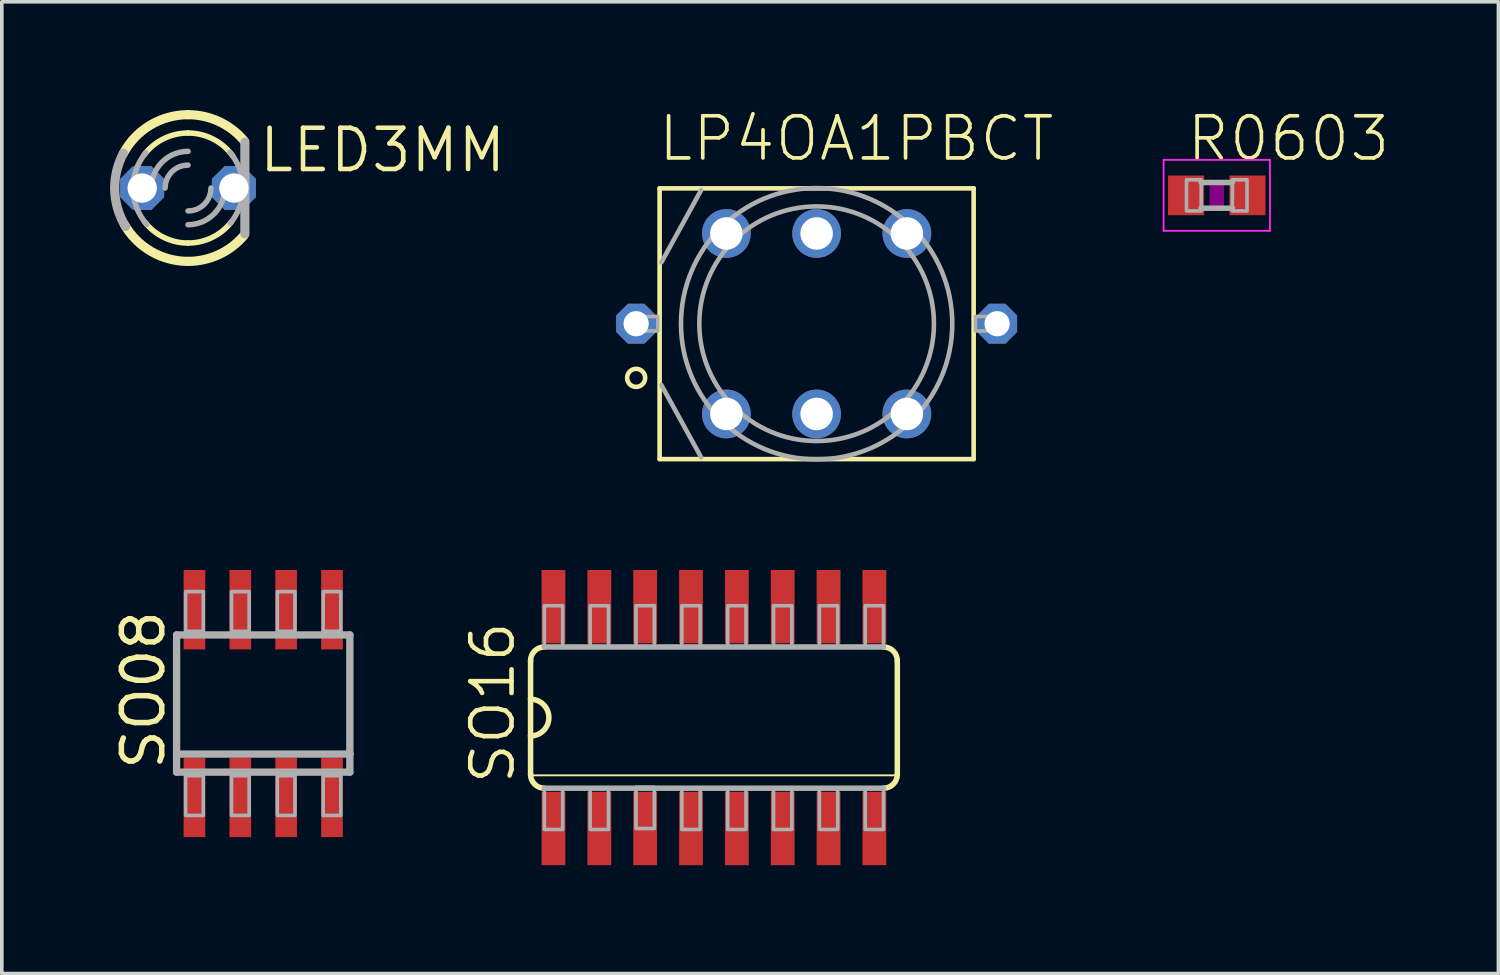
<source format=kicad_pcb>
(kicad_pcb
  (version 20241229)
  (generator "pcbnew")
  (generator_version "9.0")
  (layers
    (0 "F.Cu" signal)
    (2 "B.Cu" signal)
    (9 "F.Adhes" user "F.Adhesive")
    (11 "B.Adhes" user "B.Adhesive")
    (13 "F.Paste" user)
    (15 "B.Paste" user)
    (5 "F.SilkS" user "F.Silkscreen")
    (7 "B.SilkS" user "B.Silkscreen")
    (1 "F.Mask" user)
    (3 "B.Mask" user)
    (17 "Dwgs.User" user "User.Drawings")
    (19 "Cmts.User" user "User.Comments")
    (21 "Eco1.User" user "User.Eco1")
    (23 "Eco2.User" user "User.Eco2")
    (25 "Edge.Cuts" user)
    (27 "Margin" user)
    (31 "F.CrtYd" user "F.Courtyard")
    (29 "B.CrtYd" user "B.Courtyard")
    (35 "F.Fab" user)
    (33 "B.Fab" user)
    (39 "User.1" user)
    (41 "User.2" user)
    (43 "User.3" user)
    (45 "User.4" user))
  (footprint "LED3MM"
    (layer "F.Cu")
    (at 2.159 2.159)
    (property "Reference" "LED3MM" (at 1.905 -0.381 0) (layer "F.SilkS") (effects (font (size 1.143 1.143) (thickness 0.127)) (justify left bottom)))
    (fp_arc (start -1.7929 -0.9562) (mid -1.045438 -1.7424) (end 0 -2.032) (stroke (width 0.254) (type solid)) (layer "F.SilkS"))
    (fp_arc (start -1.2192 -0.9144) (mid -0.681554 -1.363107) (end 0 -1.524) (stroke (width 0.1524) (type solid)) (layer "F.SilkS"))
    (fp_arc (start 0 -2.032) (mid 0.861864 -1.840173) (end 1.561 -1.3009) (stroke (width 0.254) (type solid)) (layer "F.SilkS"))
    (fp_arc (start 0 -1.524) (mid 0.697339 -1.355082) (end 1.2401 -0.885801) (stroke (width 0.1524) (type solid)) (layer "F.SilkS"))
    (fp_arc (start 0 1.524) (mid -0.669593 1.369018) (end -1.203 0.9356) (stroke (width 0.1524) (type solid)) (layer "F.SilkS"))
    (fp_arc (start 0 2.032) (mid -1.019924 1.757525) (end -1.7643 1.0082) (stroke (width 0.254) (type solid)) (layer "F.SilkS"))
    (fp_arc (start 1.203 0.9356) (mid 0.669593 1.369018) (end 0 1.524) (stroke (width 0.1524) (type solid)) (layer "F.SilkS"))
    (fp_arc (start 1.5512 1.3126) (mid 0.854953 1.843405) (end 0 2.032) (stroke (width 0.254) (type solid)) (layer "F.SilkS"))
    (fp_line (start 1.575 1.27) (end 1.575 -1.27) (stroke (width 0.254) (type solid)) (layer "F.Fab"))
    (fp_arc (start -2.032 0) (mid -1.970339 -0.496775) (end -1.7891 -0.9634) (stroke (width 0.254) (type solid)) (layer "F.Fab"))
    (fp_arc (start -1.7306 1.065) (mid -1.95521 0.553417) (end -2.032 0) (stroke (width 0.254) (type solid)) (layer "F.Fab"))
    (fp_arc (start -1.524 0) (mid -1.432981 -0.518783) (end -1.1708 -0.9756) (stroke (width 0.1524) (type solid)) (layer "F.Fab"))
    (fp_arc (start -1.1391 1.0125) (mid -1.42454 0.5416) (end -1.524 0) (stroke (width 0.1524) (type solid)) (layer "F.Fab"))
    (fp_arc (start -1.016 0) (mid -0.71842 -0.71842) (end 0 -1.016) (stroke (width 0.1524) (type solid)) (layer "F.Fab"))
    (fp_arc (start -0.635 0) (mid -0.449013 -0.449013) (end 0 -0.635) (stroke (width 0.1524) (type solid)) (layer "F.Fab"))
    (fp_arc (start 0.635 0) (mid 0.449013 0.449013) (end 0 0.635) (stroke (width 0.1524) (type solid)) (layer "F.Fab"))
    (fp_arc (start 1.016 0) (mid 0.71842 0.71842) (end 0 1.016) (stroke (width 0.1524) (type solid)) (layer "F.Fab"))
    (fp_arc (start 1.1571 -0.9918) (mid 1.429332 -0.528744) (end 1.524 0) (stroke (width 0.1524) (type solid)) (layer "F.Fab"))
    (fp_arc (start 1.524 0) (mid 1.432981 0.518783) (end 1.1708 0.9756) (stroke (width 0.1524) (type solid)) (layer "F.Fab"))
    (pad "A" thru_hole roundrect (at -1.27 0) (size 1.219 1.219) (drill 0.813) (layers "*.Cu" "*.Mask") (roundrect_rratio 0.25) (chamfer_ratio 0.293) (chamfer top_left top_right bottom_left bottom_right))
    (pad "K" thru_hole roundrect (at 1.27 0) (size 1.219 1.219) (drill 0.813) (layers "*.Cu" "*.Mask") (roundrect_rratio 0.25) (chamfer_ratio 0.293) (chamfer top_left top_right bottom_left bottom_right)))
  (footprint "SO16"
    (layer "F.Cu")
    (at 16.728 16.829)
    (property "Reference" "SO16" (at -5.461 1.905 90) (layer "F.SilkS") (effects (font (size 1.143 1.143) (thickness 0.127)) (justify left bottom)))
    (fp_line (start -5.08 -1.575) (end -5.08 -0.508) (stroke (width 0.152) (type solid)) (layer "F.SilkS"))
    (fp_line (start -5.08 -0.508) (end -5.08 0.508) (stroke (width 0.152) (type solid)) (layer "F.SilkS"))
    (fp_line (start -5.08 0.508) (end -5.08 1.575) (stroke (width 0.152) (type solid)) (layer "F.SilkS"))
    (fp_line (start -5.08 1.6) (end 5.08 1.6) (stroke (width 0.051) (type solid)) (layer "F.SilkS"))
    (fp_line (start 5.08 1.575) (end 5.08 -1.575) (stroke (width 0.152) (type solid)) (layer "F.SilkS"))
    (fp_arc (start -5.08 -1.5748) (mid -4.968408 -1.844208) (end -4.699 -1.9558) (stroke (width 0.1524) (type solid)) (layer "F.SilkS"))
    (fp_arc (start -5.08 -0.508) (mid -4.572 0) (end -5.08 0.508) (stroke (width 0.1524) (type solid)) (layer "F.SilkS"))
    (fp_arc (start -4.699 1.9558) (mid -4.968408 1.844208) (end -5.08 1.5748) (stroke (width 0.1524) (type solid)) (layer "F.SilkS"))
    (fp_arc (start 4.699 -1.9558) (mid 4.968408 -1.844208) (end 5.08 -1.5748) (stroke (width 0.1524) (type solid)) (layer "F.SilkS"))
    (fp_arc (start 5.08 1.5748) (mid 4.968408 1.844208) (end 4.699 1.9558) (stroke (width 0.1524) (type solid)) (layer "F.SilkS"))
    (fp_line (start -4.699 1.956) (end 4.699 1.956) (stroke (width 0.152) (type solid)) (layer "F.Fab"))
    (fp_line (start 4.699 -1.956) (end -4.699 -1.956) (stroke (width 0.152) (type solid)) (layer "F.Fab"))
    (fp_poly (pts (xy -4.699 -1.956) (xy -4.191 -1.956) (xy -4.191 -3.099) (xy -4.699 -3.099)) (stroke (width 0.1) (type solid)) (fill no) (layer "F.Fab"))
    (fp_poly (pts (xy -4.699 3.099) (xy -4.191 3.099) (xy -4.191 1.956) (xy -4.699 1.956)) (stroke (width 0.1) (type solid)) (fill no) (layer "F.Fab"))
    (fp_poly (pts (xy -3.429 -1.956) (xy -2.921 -1.956) (xy -2.921 -3.099) (xy -3.429 -3.099)) (stroke (width 0.1) (type solid)) (fill no) (layer "F.Fab"))
    (fp_poly (pts (xy -3.429 3.099) (xy -2.921 3.099) (xy -2.921 1.956) (xy -3.429 1.956)) (stroke (width 0.1) (type solid)) (fill no) (layer "F.Fab"))
    (fp_poly (pts (xy -2.159 -1.956) (xy -1.651 -1.956) (xy -1.651 -3.099) (xy -2.159 -3.099)) (stroke (width 0.1) (type solid)) (fill no) (layer "F.Fab"))
    (fp_poly (pts (xy -2.159 3.073) (xy -1.651 3.073) (xy -1.651 1.93) (xy -2.159 1.93)) (stroke (width 0.1) (type solid)) (fill no) (layer "F.Fab"))
    (fp_poly (pts (xy -0.889 -1.956) (xy -0.381 -1.956) (xy -0.381 -3.099) (xy -0.889 -3.099)) (stroke (width 0.1) (type solid)) (fill no) (layer "F.Fab"))
    (fp_poly (pts (xy -0.889 3.099) (xy -0.381 3.099) (xy -0.381 1.956) (xy -0.889 1.956)) (stroke (width 0.1) (type solid)) (fill no) (layer "F.Fab"))
    (fp_poly (pts (xy 0.381 -1.956) (xy 0.889 -1.956) (xy 0.889 -3.099) (xy 0.381 -3.099)) (stroke (width 0.1) (type solid)) (fill no) (layer "F.Fab"))
    (fp_poly (pts (xy 0.381 3.099) (xy 0.889 3.099) (xy 0.889 1.956) (xy 0.381 1.956)) (stroke (width 0.1) (type solid)) (fill no) (layer "F.Fab"))
    (fp_poly (pts (xy 1.651 -1.956) (xy 2.159 -1.956) (xy 2.159 -3.099) (xy 1.651 -3.099)) (stroke (width 0.1) (type solid)) (fill no) (layer "F.Fab"))
    (fp_poly (pts (xy 1.651 3.099) (xy 2.159 3.099) (xy 2.159 1.956) (xy 1.651 1.956)) (stroke (width 0.1) (type solid)) (fill no) (layer "F.Fab"))
    (fp_poly (pts (xy 2.921 -1.956) (xy 3.429 -1.956) (xy 3.429 -3.099) (xy 2.921 -3.099)) (stroke (width 0.1) (type solid)) (fill no) (layer "F.Fab"))
    (fp_poly (pts (xy 2.921 3.099) (xy 3.429 3.099) (xy 3.429 1.956) (xy 2.921 1.956)) (stroke (width 0.1) (type solid)) (fill no) (layer "F.Fab"))
    (fp_poly (pts (xy 4.191 -1.956) (xy 4.699 -1.956) (xy 4.699 -3.099) (xy 4.191 -3.099)) (stroke (width 0.1) (type solid)) (fill no) (layer "F.Fab"))
    (fp_poly (pts (xy 4.191 3.099) (xy 4.699 3.099) (xy 4.699 1.956) (xy 4.191 1.956)) (stroke (width 0.1) (type solid)) (fill no) (layer "F.Fab"))
    (pad "1" smd rect (at -4.445 3.073) (size 0.66 2.032) (layers "F.Cu" "F.Mask" "F.Paste"))
    (pad "2" smd rect (at -3.175 3.073) (size 0.66 2.032) (layers "F.Cu" "F.Mask" "F.Paste"))
    (pad "3" smd rect (at -1.905 3.073) (size 0.66 2.032) (layers "F.Cu" "F.Mask" "F.Paste"))
    (pad "4" smd rect (at -0.635 3.073) (size 0.66 2.032) (layers "F.Cu" "F.Mask" "F.Paste"))
    (pad "5" smd rect (at 0.635 3.073) (size 0.66 2.032) (layers "F.Cu" "F.Mask" "F.Paste"))
    (pad "6" smd rect (at 1.905 3.073) (size 0.66 2.032) (layers "F.Cu" "F.Mask" "F.Paste"))
    (pad "7" smd rect (at 3.175 3.073) (size 0.66 2.032) (layers "F.Cu" "F.Mask" "F.Paste"))
    (pad "8" smd rect (at 4.445 3.073) (size 0.66 2.032) (layers "F.Cu" "F.Mask" "F.Paste"))
    (pad "9" smd rect (at 4.445 -3.073) (size 0.66 2.032) (layers "F.Cu" "F.Mask" "F.Paste"))
    (pad "10" smd rect (at 3.175 -3.073) (size 0.66 2.032) (layers "F.Cu" "F.Mask" "F.Paste"))
    (pad "11" smd rect (at 1.905 -3.073) (size 0.66 2.032) (layers "F.Cu" "F.Mask" "F.Paste"))
    (pad "12" smd rect (at 0.635 -3.073) (size 0.66 2.032) (layers "F.Cu" "F.Mask" "F.Paste"))
    (pad "13" smd rect (at -0.635 -3.073) (size 0.66 2.032) (layers "F.Cu" "F.Mask" "F.Paste"))
    (pad "14" smd rect (at -1.905 -3.073) (size 0.66 2.032) (layers "F.Cu" "F.Mask" "F.Paste"))
    (pad "15" smd rect (at -3.175 -3.073) (size 0.66 2.032) (layers "F.Cu" "F.Mask" "F.Paste"))
    (pad "16" smd rect (at -4.445 -3.073) (size 0.66 2.032) (layers "F.Cu" "F.Mask" "F.Paste")))
  (footprint "R0603"
    (layer "F.Cu")
    (at 30.658 2.362)
    (property "Reference" "R0603" (at -0.889 -0.889 0) (layer "F.SilkS") (effects (font (size 1.168 1.168) (thickness 0.102)) (justify left bottom)))
    (fp_poly (pts (xy -0.2 0.4) (xy 0.2 0.4) (xy 0.2 -0.4) (xy -0.2 -0.4)) (stroke (width 0) (type solid)) (fill yes) (layer "F.Adhes"))
    (fp_line (start -1.473 -0.983) (end 1.473 -0.983) (stroke (width 0.051) (type solid)) (layer "F.CrtYd"))
    (fp_line (start -1.473 0.983) (end -1.473 -0.983) (stroke (width 0.051) (type solid)) (layer "F.CrtYd"))
    (fp_line (start 1.473 -0.983) (end 1.473 0.983) (stroke (width 0.051) (type solid)) (layer "F.CrtYd"))
    (fp_line (start 1.473 0.983) (end -1.473 0.983) (stroke (width 0.051) (type solid)) (layer "F.CrtYd"))
    (fp_line (start -0.432 0.356) (end 0.432 0.356) (stroke (width 0.152) (type solid)) (layer "F.Fab"))
    (fp_line (start 0.432 -0.356) (end -0.432 -0.356) (stroke (width 0.152) (type solid)) (layer "F.Fab"))
    (fp_poly (pts (xy -0.838 0.432) (xy -0.432 0.432) (xy -0.432 -0.432) (xy -0.838 -0.432)) (stroke (width 0.1) (type solid)) (fill no) (layer "F.Fab"))
    (fp_poly (pts (xy 0.432 0.432) (xy 0.838 0.432) (xy 0.838 -0.432) (xy 0.432 -0.432)) (stroke (width 0.1) (type solid)) (fill no) (layer "F.Fab"))
    (pad "1" smd rect (at -0.85 0) (size 1 1.1) (layers "F.Cu" "F.Mask" "F.Paste"))
    (pad "2" smd rect (at 0.85 0) (size 1 1.1) (layers "F.Cu" "F.Mask" "F.Paste")))
  (footprint "LP4OA1PBCT"
    (layer "F.Cu")
    (at 19.573 5.918)
    (property "Reference" "LP4OA1PBCT" (at -4.445 -4.445 0) (layer "F.SilkS") (effects (font (size 1.168 1.168) (thickness 0.102)) (justify left bottom)))
    (fp_line (start -4.35 -3.75) (end 4.35 -3.75) (stroke (width 0.127) (type solid)) (layer "F.SilkS"))
    (fp_line (start -4.35 3.75) (end -4.35 -3.75) (stroke (width 0.127) (type solid)) (layer "F.SilkS"))
    (fp_line (start -4.35 3.75) (end 4.35 3.75) (stroke (width 0.127) (type solid)) (layer "F.SilkS"))
    (fp_line (start 4.35 3.75) (end 4.35 -3.75) (stroke (width 0.127) (type solid)) (layer "F.SilkS"))
    (fp_circle (center -5 1.5) (end -4.75 1.5) (stroke (width 0.127) (type solid)) (fill no) (layer "F.SilkS"))
    (fp_line (start -4.3 1.7) (end -3.2 3.7) (stroke (width 0.127) (type solid)) (layer "F.Fab"))
    (fp_line (start -3.2 -3.7) (end -4.3 -1.7) (stroke (width 0.127) (type solid)) (layer "F.Fab"))
    (fp_circle (center 0 0) (end 3.25 0) (stroke (width 0.127) (type solid)) (fill no) (layer "F.Fab"))
    (fp_circle (center 0 0) (end 3.758 0) (stroke (width 0.127) (type solid)) (fill no) (layer "F.Fab"))
    (fp_poly (pts (xy -5 0.2) (xy -4.4 0.2) (xy -4.4 -0.2) (xy -5 -0.2)) (stroke (width 0.1) (type solid)) (fill no) (layer "F.Fab"))
    (fp_poly (pts (xy 4.4 0.2) (xy 5 0.2) (xy 5 -0.2) (xy 4.4 -0.2)) (stroke (width 0.1) (type solid)) (fill no) (layer "F.Fab"))
    (pad "L1" thru_hole roundrect (at 5 0) (size 1.106 1.106) (drill 0.7) (layers "*.Cu" "*.Mask") (roundrect_rratio 0.25) (chamfer_ratio 0.293) (chamfer top_left top_right bottom_left bottom_right))
    (pad "L2" thru_hole roundrect (at -5 0) (size 1.106 1.106) (drill 0.7) (layers "*.Cu" "*.Mask") (roundrect_rratio 0.25) (chamfer_ratio 0.293) (chamfer top_left top_right bottom_left bottom_right))
    (pad "P1" thru_hole circle (at 2.5 -2.5) (size 1.35 1.35) (drill 0.9) (layers "*.Cu" "*.Mask"))
    (pad "P2" thru_hole circle (at 0 -2.5) (size 1.35 1.35) (drill 0.9) (layers "*.Cu" "*.Mask"))
    (pad "P3" thru_hole circle (at -2.5 -2.5) (size 1.35 1.35) (drill 0.9) (layers "*.Cu" "*.Mask"))
    (pad "P4" thru_hole circle (at 2.5 2.5) (size 1.35 1.35) (drill 0.9) (layers "*.Cu" "*.Mask"))
    (pad "P5" thru_hole circle (at 0 2.5) (size 1.35 1.35) (drill 0.9) (layers "*.Cu" "*.Mask"))
    (pad "P6" thru_hole circle (at -2.5 2.5) (size 1.35 1.35) (drill 0.9) (layers "*.Cu" "*.Mask")))
  (footprint "SO08"
    (layer "F.Cu")
    (at 4.242 16.44)
    (property "Reference" "SO08" (at -2.667 1.905 90) (layer "F.SilkS") (effects (font (size 1.118 1.118) (thickness 0.152)) (justify left bottom)))
    (fp_line (start -2.4 -1.9) (end 2.4 -1.9) (stroke (width 0.203) (type solid)) (layer "F.Fab"))
    (fp_line (start -2.4 1.4) (end -2.4 -1.9) (stroke (width 0.203) (type solid)) (layer "F.Fab"))
    (fp_line (start -2.4 1.9) (end -2.4 1.4) (stroke (width 0.203) (type solid)) (layer "F.Fab"))
    (fp_line (start 2.4 -1.9) (end 2.4 1.4) (stroke (width 0.203) (type solid)) (layer "F.Fab"))
    (fp_line (start 2.4 1.4) (end -2.4 1.4) (stroke (width 0.203) (type solid)) (layer "F.Fab"))
    (fp_line (start 2.4 1.4) (end 2.4 1.9) (stroke (width 0.203) (type solid)) (layer "F.Fab"))
    (fp_line (start 2.4 1.9) (end -2.4 1.9) (stroke (width 0.203) (type solid)) (layer "F.Fab"))
    (fp_poly (pts (xy -2.15 -2) (xy -1.66 -2) (xy -1.66 -3.1) (xy -2.15 -3.1)) (stroke (width 0.1) (type solid)) (fill no) (layer "F.Fab"))
    (fp_poly (pts (xy -2.15 3.1) (xy -1.66 3.1) (xy -1.66 2) (xy -2.15 2)) (stroke (width 0.1) (type solid)) (fill no) (layer "F.Fab"))
    (fp_poly (pts (xy -0.88 -2) (xy -0.39 -2) (xy -0.39 -3.1) (xy -0.88 -3.1)) (stroke (width 0.1) (type solid)) (fill no) (layer "F.Fab"))
    (fp_poly (pts (xy -0.88 3.1) (xy -0.39 3.1) (xy -0.39 2) (xy -0.88 2)) (stroke (width 0.1) (type solid)) (fill no) (layer "F.Fab"))
    (fp_poly (pts (xy 0.39 -2) (xy 0.88 -2) (xy 0.88 -3.1) (xy 0.39 -3.1)) (stroke (width 0.1) (type solid)) (fill no) (layer "F.Fab"))
    (fp_poly (pts (xy 0.39 3.1) (xy 0.88 3.1) (xy 0.88 2) (xy 0.39 2)) (stroke (width 0.1) (type solid)) (fill no) (layer "F.Fab"))
    (fp_poly (pts (xy 1.66 -2) (xy 2.15 -2) (xy 2.15 -3.1) (xy 1.66 -3.1)) (stroke (width 0.1) (type solid)) (fill no) (layer "F.Fab"))
    (fp_poly (pts (xy 1.66 3.1) (xy 2.15 3.1) (xy 2.15 2) (xy 1.66 2)) (stroke (width 0.1) (type solid)) (fill no) (layer "F.Fab"))
    (pad "1" smd rect (at -1.905 2.6) (size 0.6 2.2) (layers "F.Cu" "F.Mask" "F.Paste"))
    (pad "2" smd rect (at -0.635 2.6) (size 0.6 2.2) (layers "F.Cu" "F.Mask" "F.Paste"))
    (pad "3" smd rect (at 0.635 2.6) (size 0.6 2.2) (layers "F.Cu" "F.Mask" "F.Paste"))
    (pad "4" smd rect (at 1.905 2.6) (size 0.6 2.2) (layers "F.Cu" "F.Mask" "F.Paste"))
    (pad "5" smd rect (at 1.905 -2.6) (size 0.6 2.2) (layers "F.Cu" "F.Mask" "F.Paste"))
    (pad "6" smd rect (at 0.635 -2.6) (size 0.6 2.2) (layers "F.Cu" "F.Mask" "F.Paste"))
    (pad "7" smd rect (at -0.635 -2.6) (size 0.6 2.2) (layers "F.Cu" "F.Mask" "F.Paste"))
    (pad "8" smd rect (at -1.905 -2.6) (size 0.6 2.2) (layers "F.Cu" "F.Mask" "F.Paste")))
  (gr_rect
    (start -3 -3)
    (end 38.46 23.919)
    (stroke (width 0.1) (type default))
    (fill no)
    (layer "Edge.Cuts")))
</source>
